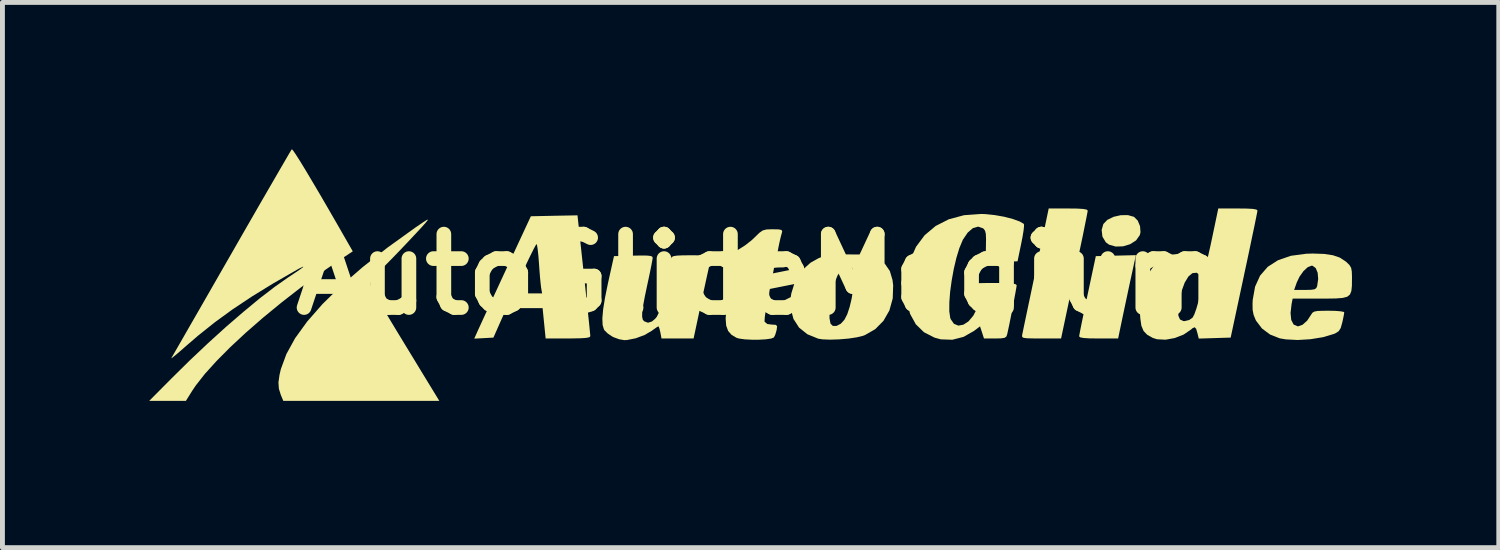
<source format=kicad_pcb>
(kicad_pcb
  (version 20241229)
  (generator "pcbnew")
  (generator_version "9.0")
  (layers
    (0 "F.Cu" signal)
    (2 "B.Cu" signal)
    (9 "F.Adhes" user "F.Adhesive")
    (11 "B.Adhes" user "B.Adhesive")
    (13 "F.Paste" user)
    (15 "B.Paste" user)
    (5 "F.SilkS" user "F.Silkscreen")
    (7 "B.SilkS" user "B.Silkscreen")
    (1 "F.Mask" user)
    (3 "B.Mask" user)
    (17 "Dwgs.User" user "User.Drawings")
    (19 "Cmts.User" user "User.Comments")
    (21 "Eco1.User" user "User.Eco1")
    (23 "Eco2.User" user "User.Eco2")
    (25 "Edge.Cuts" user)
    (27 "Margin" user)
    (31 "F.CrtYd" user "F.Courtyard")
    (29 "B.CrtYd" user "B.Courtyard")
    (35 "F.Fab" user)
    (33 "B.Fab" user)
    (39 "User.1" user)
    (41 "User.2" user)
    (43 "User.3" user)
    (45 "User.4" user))
  (footprint "AutoGlideMedium"
    (layer "F.Cu")
    (at 12.486 2.557)
    (property "Reference" "AutoGlideMedium" (at 0 0 0) (layer "F.SilkS") (effects (font (size 1.5 1.5) (thickness 0.3))))
    (attr board_only exclude_from_pos_files exclude_from_bom)
    (fp_poly (pts (xy 7.641 -1.175) (xy 7.717 -1.099) (xy 7.765 -0.984) (xy 7.774 -0.86) (xy 7.76 -0.802) (xy 7.684 -0.694) (xy 7.563 -0.616) (xy 7.417 -0.572) (xy 7.266 -0.568) (xy 7.132 -0.606) (xy 7.066 -0.654) (xy 6.996 -0.77) (xy 6.98 -0.908) (xy 7.015 -1.029) (xy 7.096 -1.113) (xy 7.222 -1.175) (xy 7.371 -1.209) (xy 7.519 -1.21)) (stroke (width 0) (type solid)) (fill yes) (layer "F.SilkS"))
    (fp_poly (pts (xy 7.597 -0.01) (xy 7.555 0.182) (xy 7.506 0.413) (xy 7.455 0.652) (xy 7.415 0.841) (xy 7.317 1.311) (xy 6.917 1.311) (xy 6.732 1.309) (xy 6.61 1.301) (xy 6.542 1.288) (xy 6.52 1.268) (xy 6.52 1.266) (xy 6.528 1.22) (xy 6.548 1.115) (xy 6.579 0.962) (xy 6.619 0.77) (xy 6.664 0.551) (xy 6.691 0.425) (xy 6.861 -0.372) (xy 7.27 -0.382) (xy 7.68 -0.392)) (stroke (width 0) (type solid)) (fill yes) (layer "F.SilkS"))
    (fp_poly (pts (xy 6.482 -1.344) (xy 6.605 -1.336) (xy 6.674 -1.323) (xy 6.695 -1.303) (xy 6.696 -1.302) (xy 6.688 -1.258) (xy 6.668 -1.153) (xy 6.636 -0.995) (xy 6.595 -0.791) (xy 6.544 -0.55) (xy 6.488 -0.28) (xy 6.426 0.012) (xy 6.423 0.027) (xy 6.151 1.311) (xy 5.746 1.311) (xy 5.572 1.31) (xy 5.457 1.307) (xy 5.39 1.299) (xy 5.359 1.284) (xy 5.353 1.259) (xy 5.357 1.231) (xy 5.368 1.179) (xy 5.391 1.066) (xy 5.426 0.9) (xy 5.47 0.69) (xy 5.522 0.444) (xy 5.579 0.172) (xy 5.636 -0.097) (xy 5.898 -1.346) (xy 6.297 -1.346)) (stroke (width 0) (type solid)) (fill yes) (layer "F.SilkS"))
    (fp_poly (pts (xy -6.795 -1.106) (xy -6.835 -1.056) (xy -6.915 -0.966) (xy -7.041 -0.83) (xy -7.074 -0.795) (xy -7.23 -0.629) (xy -7.397 -0.454) (xy -7.556 -0.29) (xy -7.689 -0.156) (xy -7.702 -0.143) (xy -7.825 -0.015) (xy -7.915 0.093) (xy -7.964 0.17) (xy -7.971 0.194) (xy -7.967 0.215) (xy -7.956 0.248) (xy -7.933 0.296) (xy -7.897 0.365) (xy -7.844 0.459) (xy -7.772 0.583) (xy -7.678 0.741) (xy -7.56 0.938) (xy -7.414 1.18) (xy -7.238 1.469) (xy -7.029 1.812) (xy -6.898 2.028) (xy -6.557 2.586) (xy -8.151 2.586) (xy -9.746 2.586) (xy -9.797 2.463) (xy -9.836 2.339) (xy -9.845 2.21) (xy -9.823 2.054) (xy -9.796 1.938) (xy -9.683 1.63) (xy -9.504 1.305) (xy -9.257 0.964) (xy -8.944 0.607) (xy -8.566 0.236) (xy -8.123 -0.148) (xy -7.617 -0.546) (xy -7.048 -0.955) (xy -6.89 -1.063) (xy -6.826 -1.104) (xy -6.794 -1.121)) (stroke (width 0) (type solid)) (fill yes) (layer "F.SilkS"))
    (fp_poly (pts (xy -3.602 0.008) (xy -3.571 0.295) (xy -3.543 0.56) (xy -3.518 0.795) (xy -3.497 0.992) (xy -3.482 1.142) (xy -3.473 1.236) (xy -3.471 1.266) (xy -3.491 1.286) (xy -3.554 1.299) (xy -3.67 1.307) (xy -3.845 1.31) (xy -3.928 1.311) (xy -4.384 1.311) (xy -4.415 1.001) (xy -4.446 0.691) (xy -4.815 0.691) (xy -5.184 0.691) (xy -5.318 0.992) (xy -5.451 1.293) (xy -5.647 1.304) (xy -5.843 1.314) (xy -5.775 1.162) (xy -5.744 1.094) (xy -5.687 0.97) (xy -5.609 0.8) (xy -5.512 0.591) (xy -5.409 0.369) (xy -5.03 0.369) (xy -4.998 0.379) (xy -4.911 0.386) (xy -4.787 0.389) (xy -4.743 0.39) (xy -4.456 0.39) (xy -4.476 0.275) (xy -4.486 0.191) (xy -4.499 0.058) (xy -4.512 -0.105) (xy -4.52 -0.222) (xy -4.532 -0.379) (xy -4.546 -0.507) (xy -4.559 -0.592) (xy -4.568 -0.619) (xy -4.588 -0.593) (xy -4.63 -0.515) (xy -4.688 -0.399) (xy -4.756 -0.258) (xy -4.828 -0.105) (xy -4.897 0.046) (xy -4.958 0.182) (xy -5.004 0.29) (xy -5.028 0.357) (xy -5.03 0.369) (xy -5.409 0.369) (xy -5.402 0.354) (xy -5.283 0.096) (xy -5.197 -0.089) (xy -4.686 -1.187) (xy -4.209 -1.197) (xy -3.733 -1.206)) (stroke (width 0) (type solid)) (fill yes) (layer "F.SilkS"))
    (fp_poly (pts (xy 1.996 -0.406) (xy 2.13 -0.401) (xy 2.226 -0.39) (xy 2.3 -0.37) (xy 2.369 -0.34) (xy 2.407 -0.319) (xy 2.554 -0.209) (xy 2.651 -0.068) (xy 2.706 0.118) (xy 2.719 0.226) (xy 2.71 0.493) (xy 2.642 0.738) (xy 2.521 0.95) (xy 2.352 1.121) (xy 2.141 1.242) (xy 2.107 1.255) (xy 1.978 1.287) (xy 1.807 1.313) (xy 1.617 1.329) (xy 1.433 1.335) (xy 1.276 1.329) (xy 1.187 1.315) (xy 0.966 1.225) (xy 0.796 1.089) (xy 0.681 0.911) (xy 0.635 0.738) (xy 1.418 0.738) (xy 1.418 0.899) (xy 1.439 1.009) (xy 1.487 1.055) (xy 1.563 1.054) (xy 1.649 1.009) (xy 1.723 0.928) (xy 1.781 0.815) (xy 1.83 0.666) (xy 1.87 0.497) (xy 1.898 0.321) (xy 1.913 0.153) (xy 1.913 0.009) (xy 1.895 -0.099) (xy 1.859 -0.154) (xy 1.855 -0.156) (xy 1.775 -0.153) (xy 1.684 -0.1) (xy 1.603 -0.01) (xy 1.58 0.028) (xy 1.521 0.175) (xy 1.472 0.356) (xy 1.437 0.551) (xy 1.418 0.738) (xy 0.635 0.738) (xy 0.624 0.697) (xy 0.627 0.453) (xy 0.637 0.392) (xy 0.716 0.135) (xy 0.847 -0.074) (xy 1.032 -0.239) (xy 1.187 -0.326) (xy 1.272 -0.361) (xy 1.357 -0.384) (xy 1.459 -0.398) (xy 1.596 -0.405) (xy 1.785 -0.407) (xy 1.807 -0.407)) (stroke (width 0) (type solid)) (fill yes) (layer "F.SilkS"))
    (fp_poly (pts (xy -9.548 -2.534) (xy -9.492 -2.453) (xy -9.406 -2.318) (xy -9.293 -2.133) (xy -9.156 -1.903) (xy -8.995 -1.631) (xy -8.815 -1.321) (xy -8.617 -0.978) (xy -8.441 -0.671) (xy -8.326 -0.47) (xy -8.582 -0.301) (xy -8.99 -0.021) (xy -9.393 0.273) (xy -9.785 0.578) (xy -10.16 0.886) (xy -10.51 1.191) (xy -10.83 1.489) (xy -11.111 1.772) (xy -11.349 2.035) (xy -11.535 2.272) (xy -11.609 2.382) (xy -11.736 2.586) (xy -12.111 2.586) (xy -12.486 2.586) (xy -12.026 2.123) (xy -11.657 1.759) (xy -11.283 1.406) (xy -10.915 1.072) (xy -10.559 0.765) (xy -10.225 0.489) (xy -9.919 0.254) (xy -9.65 0.065) (xy -9.636 0.056) (xy -9.486 -0.044) (xy -9.386 -0.113) (xy -9.338 -0.151) (xy -9.345 -0.156) (xy -9.407 -0.126) (xy -9.459 -0.098) (xy -9.949 0.184) (xy -10.384 0.451) (xy -10.777 0.712) (xy -11.14 0.976) (xy -11.485 1.251) (xy -11.729 1.461) (xy -11.851 1.568) (xy -11.949 1.651) (xy -12.014 1.703) (xy -12.037 1.717) (xy -12.036 1.715) (xy -12.015 1.679) (xy -11.961 1.586) (xy -11.878 1.442) (xy -11.769 1.252) (xy -11.636 1.02) (xy -11.482 0.753) (xy -11.311 0.455) (xy -11.125 0.131) (xy -10.927 -0.214) (xy -10.804 -0.428) (xy -10.601 -0.782) (xy -10.407 -1.119) (xy -10.227 -1.432) (xy -10.062 -1.717) (xy -9.916 -1.969) (xy -9.792 -2.183) (xy -9.693 -2.353) (xy -9.622 -2.475) (xy -9.58 -2.544) (xy -9.572 -2.557)) (stroke (width 0) (type solid)) (fill yes) (layer "F.SilkS"))
    (fp_poly (pts (xy -1.21 -0.388) (xy -1.089 -0.382) (xy -1.022 -0.37) (xy -0.999 -0.352) (xy -1 -0.345) (xy -1.012 -0.299) (xy -1.036 -0.194) (xy -1.07 -0.041) (xy -1.112 0.151) (xy -1.16 0.371) (xy -1.188 0.505) (xy -1.36 1.311) (xy -1.688 1.311) (xy -2.016 1.311) (xy -2.039 1.187) (xy -2.059 1.105) (xy -2.076 1.064) (xy -2.079 1.063) (xy -2.114 1.082) (xy -2.184 1.131) (xy -2.215 1.154) (xy -2.362 1.24) (xy -2.542 1.307) (xy -2.718 1.342) (xy -2.778 1.345) (xy -2.881 1.327) (xy -2.998 1.284) (xy -3.019 1.273) (xy -3.113 1.211) (xy -3.181 1.144) (xy -3.191 1.129) (xy -3.219 1.038) (xy -3.225 0.903) (xy -3.209 0.719) (xy -3.171 0.481) (xy -3.11 0.182) (xy -3.105 0.159) (xy -2.987 -0.372) (xy -2.592 -0.382) (xy -2.417 -0.385) (xy -2.301 -0.383) (xy -2.233 -0.374) (xy -2.202 -0.358) (xy -2.196 -0.339) (xy -2.204 -0.286) (xy -2.224 -0.179) (xy -2.254 -0.03) (xy -2.291 0.144) (xy -2.304 0.203) (xy -2.356 0.45) (xy -2.391 0.637) (xy -2.41 0.773) (xy -2.412 0.866) (xy -2.399 0.925) (xy -2.372 0.958) (xy -2.371 0.959) (xy -2.292 0.989) (xy -2.215 0.965) (xy -2.149 0.912) (xy -2.113 0.869) (xy -2.081 0.806) (xy -2.048 0.711) (xy -2.013 0.573) (xy -1.97 0.382) (xy -1.95 0.283) (xy -1.91 0.091) (xy -1.874 -0.08) (xy -1.845 -0.216) (xy -1.825 -0.304) (xy -1.819 -0.328) (xy -1.804 -0.355) (xy -1.768 -0.372) (xy -1.699 -0.383) (xy -1.585 -0.388) (xy -1.414 -0.39) (xy -1.393 -0.39)) (stroke (width 0) (type solid)) (fill yes) (layer "F.SilkS"))
    (fp_poly (pts (xy 9.951 -1.344) (xy 10.074 -1.337) (xy 10.143 -1.324) (xy 10.165 -1.304) (xy 10.165 -1.302) (xy 10.157 -1.258) (xy 10.136 -1.153) (xy 10.104 -0.995) (xy 10.061 -0.791) (xy 10.011 -0.551) (xy 9.954 -0.281) (xy 9.891 0.011) (xy 9.89 0.018) (xy 9.617 1.293) (xy 9.291 1.303) (xy 8.965 1.313) (xy 8.941 1.215) (xy 8.913 1.117) (xy 8.883 1.082) (xy 8.839 1.1) (xy 8.808 1.127) (xy 8.656 1.231) (xy 8.474 1.302) (xy 8.286 1.336) (xy 8.112 1.327) (xy 8.024 1.299) (xy 7.911 1.235) (xy 7.837 1.158) (xy 7.792 1.051) (xy 7.77 0.898) (xy 7.763 0.794) (xy 7.766 0.716) (xy 8.545 0.716) (xy 8.548 0.845) (xy 8.581 0.922) (xy 8.645 0.954) (xy 8.674 0.956) (xy 8.772 0.932) (xy 8.838 0.886) (xy 8.873 0.821) (xy 8.915 0.705) (xy 8.958 0.556) (xy 8.983 0.452) (xy 9.018 0.288) (xy 9.037 0.178) (xy 9.042 0.108) (xy 9.032 0.063) (xy 9.009 0.029) (xy 9.006 0.025) (xy 8.921 -0.033) (xy 8.835 -0.024) (xy 8.753 0.045) (xy 8.677 0.17) (xy 8.613 0.345) (xy 8.571 0.529) (xy 8.545 0.716) (xy 7.766 0.716) (xy 7.774 0.5) (xy 7.83 0.232) (xy 7.926 -0.001) (xy 8.058 -0.19) (xy 8.222 -0.325) (xy 8.272 -0.35) (xy 8.44 -0.406) (xy 8.615 -0.422) (xy 8.78 -0.403) (xy 8.92 -0.351) (xy 9.02 -0.269) (xy 9.054 -0.205) (xy 9.069 -0.168) (xy 9.086 -0.162) (xy 9.106 -0.195) (xy 9.13 -0.272) (xy 9.162 -0.4) (xy 9.204 -0.586) (xy 9.247 -0.788) (xy 9.364 -1.346) (xy 9.766 -1.346)) (stroke (width 0) (type solid)) (fill yes) (layer "F.SilkS"))
    (fp_poly (pts (xy 0.374 -0.919) (xy 0.433 -0.908) (xy 0.451 -0.884) (xy 0.447 -0.859) (xy 0.422 -0.768) (xy 0.395 -0.652) (xy 0.372 -0.539) (xy 0.357 -0.455) (xy 0.355 -0.434) (xy 0.388 -0.403) (xy 0.481 -0.39) (xy 0.496 -0.39) (xy 0.589 -0.383) (xy 0.63 -0.359) (xy 0.638 -0.322) (xy 0.625 -0.217) (xy 0.576 -0.162) (xy 0.477 -0.142) (xy 0.439 -0.142) (xy 0.345 -0.139) (xy 0.29 -0.133) (xy 0.283 -0.13) (xy 0.277 -0.093) (xy 0.258 0.001) (xy 0.23 0.139) (xy 0.195 0.31) (xy 0.177 0.398) (xy 0.141 0.583) (xy 0.113 0.747) (xy 0.095 0.876) (xy 0.09 0.955) (xy 0.092 0.97) (xy 0.146 1.015) (xy 0.237 1.027) (xy 0.318 1.032) (xy 0.347 1.058) (xy 0.339 1.126) (xy 0.336 1.142) (xy 0.31 1.232) (xy 0.281 1.29) (xy 0.28 1.291) (xy 0.224 1.313) (xy 0.117 1.328) (xy -0.022 1.336) (xy -0.172 1.336) (xy -0.314 1.329) (xy -0.428 1.313) (xy -0.483 1.297) (xy -0.584 1.237) (xy -0.654 1.157) (xy -0.694 1.048) (xy -0.705 0.901) (xy -0.689 0.71) (xy -0.647 0.464) (xy -0.62 0.333) (xy -0.585 0.17) (xy -0.557 0.032) (xy -0.538 -0.066) (xy -0.531 -0.109) (xy -0.563 -0.13) (xy -0.641 -0.141) (xy -0.673 -0.142) (xy -0.764 -0.147) (xy -0.805 -0.17) (xy -0.815 -0.222) (xy -0.815 -0.228) (xy -0.789 -0.324) (xy -0.726 -0.398) (xy -0.652 -0.425) (xy -0.562 -0.448) (xy -0.44 -0.508) (xy -0.305 -0.594) (xy -0.177 -0.694) (xy -0.108 -0.759) (xy -0.018 -0.847) (xy 0.051 -0.896) (xy 0.127 -0.917) (xy 0.235 -0.921) (xy 0.258 -0.921)) (stroke (width 0) (type solid)) (fill yes) (layer "F.SilkS"))
    (fp_poly (pts (xy 11.529 -0.417) (xy 11.708 -0.39) (xy 11.848 -0.342) (xy 11.963 -0.267) (xy 11.985 -0.249) (xy 12.045 -0.19) (xy 12.079 -0.133) (xy 12.093 -0.057) (xy 12.097 0.063) (xy 12.096 0.095) (xy 12.095 0.236) (xy 12.084 0.34) (xy 12.056 0.411) (xy 12.001 0.457) (xy 11.908 0.482) (xy 11.768 0.493) (xy 11.573 0.496) (xy 11.446 0.496) (xy 10.884 0.496) (xy 10.862 0.607) (xy 10.841 0.791) (xy 10.855 0.933) (xy 10.904 1.026) (xy 10.986 1.062) (xy 10.995 1.063) (xy 11.086 1.031) (xy 11.182 0.945) (xy 11.262 0.824) (xy 11.287 0.786) (xy 11.325 0.762) (xy 11.391 0.749) (xy 11.501 0.745) (xy 11.621 0.744) (xy 11.761 0.747) (xy 11.869 0.756) (xy 11.931 0.769) (xy 11.938 0.777) (xy 11.931 0.828) (xy 11.912 0.922) (xy 11.897 0.988) (xy 11.866 1.098) (xy 11.825 1.162) (xy 11.758 1.205) (xy 11.727 1.218) (xy 11.507 1.284) (xy 11.25 1.326) (xy 10.986 1.342) (xy 10.741 1.329) (xy 10.619 1.308) (xy 10.424 1.231) (xy 10.257 1.107) (xy 10.137 0.949) (xy 10.128 0.932) (xy 10.086 0.829) (xy 10.066 0.727) (xy 10.064 0.598) (xy 10.068 0.52) (xy 10.104 0.319) (xy 10.914 0.319) (xy 11.139 0.319) (xy 11.262 0.316) (xy 11.333 0.305) (xy 11.368 0.279) (xy 11.385 0.239) (xy 11.406 0.095) (xy 11.395 -0.033) (xy 11.355 -0.128) (xy 11.291 -0.175) (xy 11.271 -0.177) (xy 11.192 -0.146) (xy 11.105 -0.066) (xy 11.024 0.048) (xy 10.967 0.169) (xy 10.914 0.319) (xy 10.104 0.319) (xy 10.116 0.252) (xy 10.218 0.027) (xy 10.375 -0.154) (xy 10.586 -0.289) (xy 10.848 -0.379) (xy 11.161 -0.421) (xy 11.296 -0.425)) (stroke (width 0) (type solid)) (fill yes) (layer "F.SilkS"))
    (fp_poly (pts (xy 4.605 -1.231) (xy 4.795 -1.211) (xy 4.988 -1.177) (xy 5.165 -1.131) (xy 5.308 -1.079) (xy 5.391 -1.03) (xy 5.394 -0.989) (xy 5.384 -0.894) (xy 5.362 -0.761) (xy 5.338 -0.638) (xy 5.261 -0.266) (xy 4.934 -0.256) (xy 4.607 -0.245) (xy 4.615 -0.568) (xy 4.617 -0.724) (xy 4.613 -0.826) (xy 4.598 -0.888) (xy 4.573 -0.926) (xy 4.554 -0.941) (xy 4.456 -0.975) (xy 4.35 -0.945) (xy 4.244 -0.855) (xy 4.146 -0.711) (xy 4.138 -0.695) (xy 4.072 -0.536) (xy 4.011 -0.336) (xy 3.958 -0.111) (xy 3.915 0.126) (xy 3.883 0.359) (xy 3.867 0.574) (xy 3.866 0.755) (xy 3.885 0.888) (xy 3.894 0.915) (xy 3.961 1.011) (xy 4.051 1.048) (xy 4.153 1.03) (xy 4.258 0.962) (xy 4.356 0.846) (xy 4.438 0.689) (xy 4.44 0.681) (xy 4.486 0.553) (xy 4.496 0.477) (xy 4.465 0.439) (xy 4.388 0.426) (xy 4.335 0.425) (xy 4.237 0.422) (xy 4.193 0.408) (xy 4.187 0.372) (xy 4.193 0.345) (xy 4.211 0.263) (xy 4.215 0.221) (xy 4.234 0.203) (xy 4.295 0.19) (xy 4.405 0.182) (xy 4.574 0.178) (xy 4.729 0.177) (xy 4.937 0.178) (xy 5.083 0.183) (xy 5.176 0.191) (xy 5.227 0.204) (xy 5.243 0.223) (xy 5.243 0.225) (xy 5.236 0.274) (xy 5.218 0.376) (xy 5.192 0.516) (xy 5.161 0.679) (xy 5.128 0.848) (xy 5.096 1.009) (xy 5.067 1.145) (xy 5.048 1.231) (xy 5.031 1.274) (xy 4.994 1.298) (xy 4.921 1.309) (xy 4.802 1.311) (xy 4.575 1.311) (xy 4.535 1.187) (xy 4.494 1.063) (xy 4.372 1.156) (xy 4.158 1.278) (xy 3.928 1.337) (xy 3.694 1.329) (xy 3.565 1.294) (xy 3.348 1.183) (xy 3.182 1.021) (xy 3.065 0.809) (xy 2.997 0.547) (xy 2.982 0.394) (xy 2.993 0.036) (xy 3.062 -0.284) (xy 3.187 -0.564) (xy 3.363 -0.8) (xy 3.588 -0.989) (xy 3.858 -1.126) (xy 4.169 -1.209) (xy 4.519 -1.234)) (stroke (width 0) (type solid)) (fill yes) (layer "F.SilkS")))
  (gr_rect
    (start -3 -3)
    (end 27.583 8.143)
    (stroke (width 0.1) (type default))
    (fill no)
    (layer "Edge.Cuts")))
</source>
